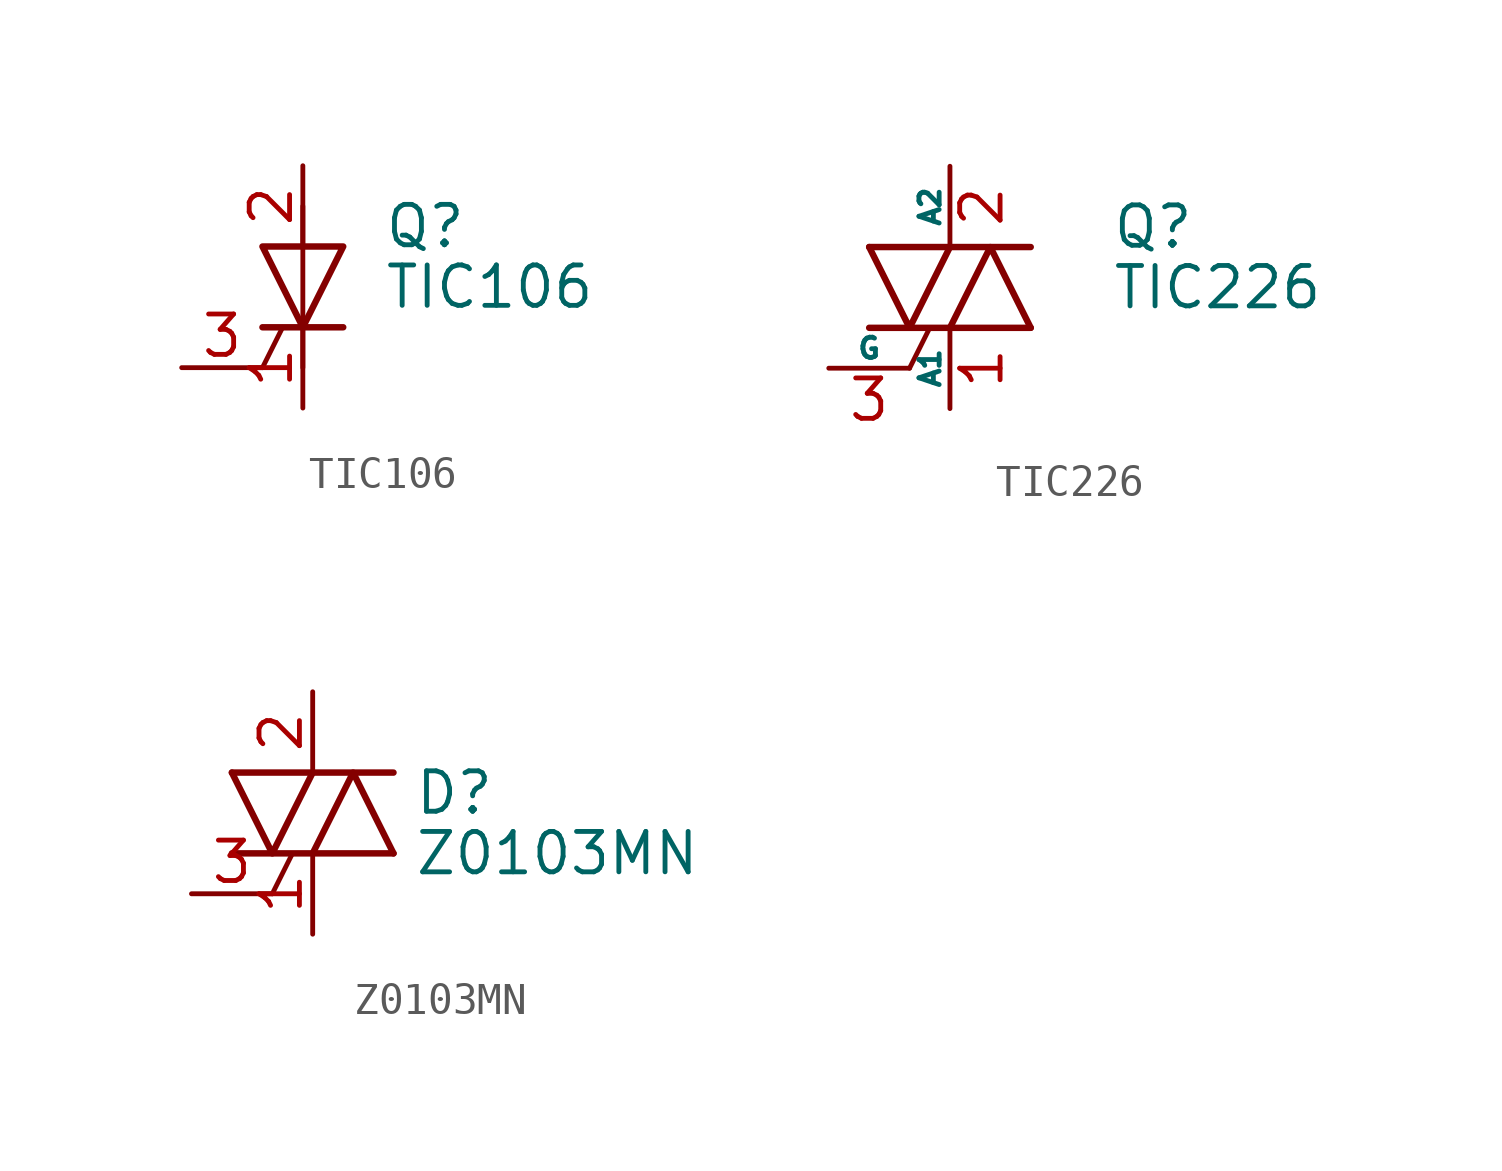
<source format=kicad_sym>
(kicad_symbol_lib
  (version 20201005)
  (generator kicad_symbol_editor)
  (symbol "TIC106"
    (pin_names
      (offset 0) hide)
    (property "Reference" "Q"
      (at 2.54 1.905 0)
      (effects (font (size 1.27 1.27)) (justify left)))
    (property "Value" "TIC106"
      (at 2.54 0 0)
      (effects (font (size 1.27 1.27)) (justify left)))
    (symbol "TIC106_0_1"
      (polyline (pts (xy -1.27 -2.54) (xy -0.635 -1.27)) (stroke (width 0)) (fill (type none)))
      (polyline (pts (xy -1.27 -1.27) (xy 1.27 -1.27)) (stroke (width 0.203)) (fill (type none)))
      (polyline (pts (xy 0 -2.54) (xy 0 2.54)) (stroke (width 0)) (fill (type none)))
      (polyline (pts (xy -1.27 1.27) (xy 1.27 1.27) (xy 0 -1.27) (xy -1.27 1.27)) (stroke (width 0.203)) (fill (type none))))
    (symbol "TIC106_1_1"
      (pin passive line (at 0 -3.81 90) (length 2.54) (name "K" (effects (font (size 1.27 1.27)))) (number "1" (effects (font (size 1.27 1.27)))))
      (pin passive line (at 0 3.81 270) (length 2.54) (name "A" (effects (font (size 1.27 1.27)))) (number "2" (effects (font (size 1.27 1.27)))))
      (pin input line (at -3.81 -2.54 0) (length 2.54) (name "G" (effects (font (size 1.27 1.27)))) (number "3" (effects (font (size 1.27 1.27)))))))
  (symbol "TIC226"
    (pin_names
      (offset 0))
    (property "Reference" "Q"
      (at 5.08 1.905 0)
      (effects (font (size 1.27 1.27)) (justify left)))
    (property "Value" "TIC226"
      (at 5.08 0 0)
      (effects (font (size 1.27 1.27)) (justify left)))
    (symbol "TIC226_0_1"
      (polyline (pts (xy -2.54 -1.27) (xy 2.54 -1.27)) (stroke (width 0.203)) (fill (type none)))
      (polyline (pts (xy -2.54 1.27) (xy 2.54 1.27)) (stroke (width 0.203)) (fill (type none)))
      (polyline (pts (xy -1.27 -2.54) (xy -0.635 -1.27)) (stroke (width 0)) (fill (type none)))
      (polyline (pts (xy -2.54 1.27) (xy -1.27 -1.27) (xy 0 1.27)) (stroke (width 0.203)) (fill (type none)))
      (polyline (pts (xy 0 -1.27) (xy 1.27 1.27) (xy 2.54 -1.27)) (stroke (width 0.203)) (fill (type none))))
    (symbol "TIC226_1_1"
      (pin passive line (at 0 -3.81 90) (length 2.54) (name "A1" (effects (font (size 0.635 0.635)))) (number "1" (effects (font (size 1.27 1.27)))))
      (pin passive line (at 0 3.81 270) (length 2.54) (name "A2" (effects (font (size 0.635 0.635)))) (number "2" (effects (font (size 1.27 1.27)))))
      (pin input line (at -3.81 -2.54 0) (length 2.54) (name "G" (effects (font (size 0.635 0.635)))) (number "3" (effects (font (size 1.27 1.27)))))))
  (symbol "Z0103MN"
    (pin_names
      (offset 0) hide)
    (property "Reference" "D"
      (at 3.175 0.635 0)
      (effects (font (size 1.27 1.27)) (justify left)))
    (property "Value" "Z0103MN"
      (at 3.175 -1.27 0)
      (effects (font (size 1.27 1.27)) (justify left)))
    (symbol "Z0103MN_0_1"
      (polyline (pts (xy -2.54 -1.27) (xy 2.54 -1.27)) (stroke (width 0.203)) (fill (type none)))
      (polyline (pts (xy -2.54 1.27) (xy 2.54 1.27)) (stroke (width 0.203)) (fill (type none)))
      (polyline (pts (xy -1.27 -2.54) (xy -0.635 -1.27)) (stroke (width 0)) (fill (type none)))
      (polyline (pts (xy -2.54 1.27) (xy -1.27 -1.27) (xy 0 1.27)) (stroke (width 0.203)) (fill (type none)))
      (polyline (pts (xy 0 -1.27) (xy 1.27 1.27) (xy 2.54 -1.27)) (stroke (width 0.203)) (fill (type none))))
    (symbol "Z0103MN_1_1"
      (pin passive line (at 0 -3.81 90) (length 2.54) (name "A1" (effects (font (size 1.27 1.27)))) (number "1" (effects (font (size 1.27 1.27)))))
      (pin passive line (at 0 3.81 270) (length 2.54) (name "A2" (effects (font (size 1.27 1.27)))) (number "2" (effects (font (size 1.27 1.27)))))
      (pin input line (at -3.81 -2.54 0) (length 2.54) (name "G" (effects (font (size 1.27 1.27)))) (number "3" (effects (font (size 1.27 1.27)))))
      (pin passive line (at 0 3.81 270) (length 2.54) hide (name "A4" (effects (font (size 1.27 1.27)))) (number "4" (effects (font (size 1.27 1.27))))))))
</source>
